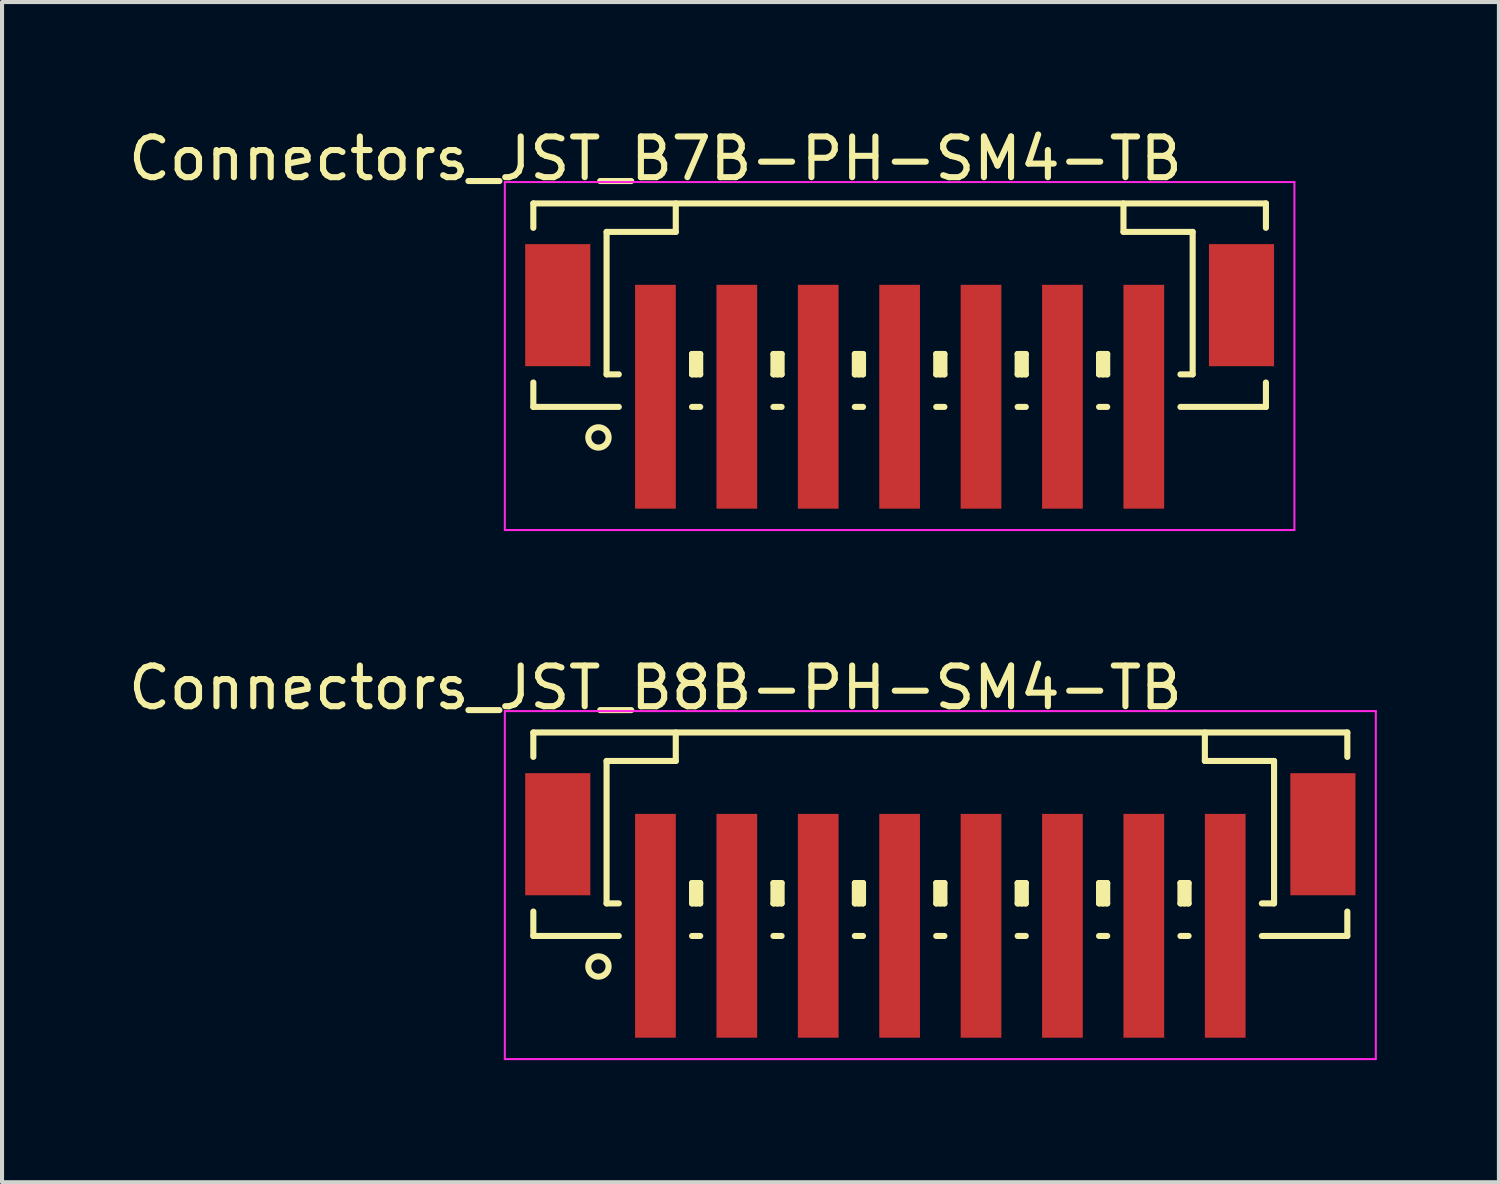
<source format=kicad_pcb>
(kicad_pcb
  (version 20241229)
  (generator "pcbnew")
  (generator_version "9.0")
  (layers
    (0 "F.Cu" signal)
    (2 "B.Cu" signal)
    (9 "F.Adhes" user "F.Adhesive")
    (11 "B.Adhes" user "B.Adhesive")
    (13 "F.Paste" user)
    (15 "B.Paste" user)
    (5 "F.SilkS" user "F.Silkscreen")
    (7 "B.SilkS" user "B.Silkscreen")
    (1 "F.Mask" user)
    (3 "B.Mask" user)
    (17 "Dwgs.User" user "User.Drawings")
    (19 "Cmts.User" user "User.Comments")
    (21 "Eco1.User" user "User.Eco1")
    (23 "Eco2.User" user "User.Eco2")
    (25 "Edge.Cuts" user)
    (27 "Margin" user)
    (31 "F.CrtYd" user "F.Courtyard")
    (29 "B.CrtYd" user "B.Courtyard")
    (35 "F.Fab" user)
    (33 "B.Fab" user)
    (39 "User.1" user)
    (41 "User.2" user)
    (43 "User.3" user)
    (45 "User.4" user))
  (footprint "Connectors_JST_B8B-PH-SM4-TB"
    (layer "F.Cu")
    (at 20.054 18.572)
    (property "Reference" "Connectors_JST_B8B-PH-SM4-TB" (at -7 -4.725 0) (layer "F.SilkS") (effects (font (size 1 1) (thickness 0.15))))
    (attr smd)
    (fp_line (start -10 -3.625) (end 10 -3.625) (stroke (width 0.15) (type solid)) (layer "F.SilkS"))
    (fp_line (start -10 -3.025) (end -10 -3.625) (stroke (width 0.15) (type solid)) (layer "F.SilkS"))
    (fp_line (start -10 0.775) (end -10 1.375) (stroke (width 0.15) (type solid)) (layer "F.SilkS"))
    (fp_line (start -10 1.375) (end -7.9 1.375) (stroke (width 0.15) (type solid)) (layer "F.SilkS"))
    (fp_line (start -8.2 -2.925) (end -8.2 0.575) (stroke (width 0.15) (type solid)) (layer "F.SilkS"))
    (fp_line (start -8.2 0.575) (end -7.9 0.575) (stroke (width 0.15) (type solid)) (layer "F.SilkS"))
    (fp_line (start -6.5 -3.625) (end -6.5 -2.925) (stroke (width 0.15) (type solid)) (layer "F.SilkS"))
    (fp_line (start -6.5 -2.925) (end -8.2 -2.925) (stroke (width 0.15) (type solid)) (layer "F.SilkS"))
    (fp_line (start -6.1 0.075) (end -5.9 0.075) (stroke (width 0.15) (type solid)) (layer "F.SilkS"))
    (fp_line (start -6.1 0.575) (end -6.1 0.075) (stroke (width 0.15) (type solid)) (layer "F.SilkS"))
    (fp_line (start -6.1 0.575) (end -5.9 0.575) (stroke (width 0.15) (type solid)) (layer "F.SilkS"))
    (fp_line (start -6.1 1.375) (end -5.9 1.375) (stroke (width 0.15) (type solid)) (layer "F.SilkS"))
    (fp_line (start -6 0.575) (end -6 0.075) (stroke (width 0.15) (type solid)) (layer "F.SilkS"))
    (fp_line (start -5.9 0.075) (end -5.9 0.575) (stroke (width 0.15) (type solid)) (layer "F.SilkS"))
    (fp_line (start -4.1 0.075) (end -3.9 0.075) (stroke (width 0.15) (type solid)) (layer "F.SilkS"))
    (fp_line (start -4.1 0.575) (end -4.1 0.075) (stroke (width 0.15) (type solid)) (layer "F.SilkS"))
    (fp_line (start -4.1 0.575) (end -3.9 0.575) (stroke (width 0.15) (type solid)) (layer "F.SilkS"))
    (fp_line (start -4.1 1.375) (end -3.9 1.375) (stroke (width 0.15) (type solid)) (layer "F.SilkS"))
    (fp_line (start -4 0.575) (end -4 0.075) (stroke (width 0.15) (type solid)) (layer "F.SilkS"))
    (fp_line (start -3.9 0.075) (end -3.9 0.575) (stroke (width 0.15) (type solid)) (layer "F.SilkS"))
    (fp_line (start -2.1 0.075) (end -1.9 0.075) (stroke (width 0.15) (type solid)) (layer "F.SilkS"))
    (fp_line (start -2.1 0.575) (end -2.1 0.075) (stroke (width 0.15) (type solid)) (layer "F.SilkS"))
    (fp_line (start -2.1 0.575) (end -1.9 0.575) (stroke (width 0.15) (type solid)) (layer "F.SilkS"))
    (fp_line (start -2.1 1.375) (end -1.9 1.375) (stroke (width 0.15) (type solid)) (layer "F.SilkS"))
    (fp_line (start -2 0.575) (end -2 0.075) (stroke (width 0.15) (type solid)) (layer "F.SilkS"))
    (fp_line (start -1.9 0.075) (end -1.9 0.575) (stroke (width 0.15) (type solid)) (layer "F.SilkS"))
    (fp_line (start -0.1 0.075) (end 0.1 0.075) (stroke (width 0.15) (type solid)) (layer "F.SilkS"))
    (fp_line (start -0.1 0.575) (end -0.1 0.075) (stroke (width 0.15) (type solid)) (layer "F.SilkS"))
    (fp_line (start -0.1 0.575) (end 0.1 0.575) (stroke (width 0.15) (type solid)) (layer "F.SilkS"))
    (fp_line (start -0.1 1.375) (end 0.1 1.375) (stroke (width 0.15) (type solid)) (layer "F.SilkS"))
    (fp_line (start 0 0.575) (end 0 0.075) (stroke (width 0.15) (type solid)) (layer "F.SilkS"))
    (fp_line (start 0.1 0.075) (end 0.1 0.575) (stroke (width 0.15) (type solid)) (layer "F.SilkS"))
    (fp_line (start 1.9 0.075) (end 2.1 0.075) (stroke (width 0.15) (type solid)) (layer "F.SilkS"))
    (fp_line (start 1.9 0.575) (end 1.9 0.075) (stroke (width 0.15) (type solid)) (layer "F.SilkS"))
    (fp_line (start 1.9 0.575) (end 2.1 0.575) (stroke (width 0.15) (type solid)) (layer "F.SilkS"))
    (fp_line (start 1.9 1.375) (end 2.1 1.375) (stroke (width 0.15) (type solid)) (layer "F.SilkS"))
    (fp_line (start 2 0.575) (end 2 0.075) (stroke (width 0.15) (type solid)) (layer "F.SilkS"))
    (fp_line (start 2.1 0.075) (end 2.1 0.575) (stroke (width 0.15) (type solid)) (layer "F.SilkS"))
    (fp_line (start 3.9 0.075) (end 4.1 0.075) (stroke (width 0.15) (type solid)) (layer "F.SilkS"))
    (fp_line (start 3.9 0.575) (end 3.9 0.075) (stroke (width 0.15) (type solid)) (layer "F.SilkS"))
    (fp_line (start 3.9 0.575) (end 4.1 0.575) (stroke (width 0.15) (type solid)) (layer "F.SilkS"))
    (fp_line (start 3.9 1.375) (end 4.1 1.375) (stroke (width 0.15) (type solid)) (layer "F.SilkS"))
    (fp_line (start 4 0.575) (end 4 0.075) (stroke (width 0.15) (type solid)) (layer "F.SilkS"))
    (fp_line (start 4.1 0.075) (end 4.1 0.575) (stroke (width 0.15) (type solid)) (layer "F.SilkS"))
    (fp_line (start 5.9 0.075) (end 6.1 0.075) (stroke (width 0.15) (type solid)) (layer "F.SilkS"))
    (fp_line (start 5.9 0.575) (end 5.9 0.075) (stroke (width 0.15) (type solid)) (layer "F.SilkS"))
    (fp_line (start 5.9 0.575) (end 6.1 0.575) (stroke (width 0.15) (type solid)) (layer "F.SilkS"))
    (fp_line (start 5.9 1.375) (end 6.1 1.375) (stroke (width 0.15) (type solid)) (layer "F.SilkS"))
    (fp_line (start 6 0.575) (end 6 0.075) (stroke (width 0.15) (type solid)) (layer "F.SilkS"))
    (fp_line (start 6.1 0.075) (end 6.1 0.575) (stroke (width 0.15) (type solid)) (layer "F.SilkS"))
    (fp_line (start 6.5 -3.625) (end 6.5 -2.925) (stroke (width 0.15) (type solid)) (layer "F.SilkS"))
    (fp_line (start 6.5 -2.925) (end 8.2 -2.925) (stroke (width 0.15) (type solid)) (layer "F.SilkS"))
    (fp_line (start 8.2 -2.925) (end 8.2 0.575) (stroke (width 0.15) (type solid)) (layer "F.SilkS"))
    (fp_line (start 8.2 0.575) (end 7.9 0.575) (stroke (width 0.15) (type solid)) (layer "F.SilkS"))
    (fp_line (start 10 -3.625) (end 10 -3.025) (stroke (width 0.15) (type solid)) (layer "F.SilkS"))
    (fp_line (start 10 0.775) (end 10 1.375) (stroke (width 0.15) (type solid)) (layer "F.SilkS"))
    (fp_line (start 10 1.375) (end 7.9 1.375) (stroke (width 0.15) (type solid)) (layer "F.SilkS"))
    (fp_circle (center -8.4 2.125) (end -8.15 2.125) (stroke (width 0.15) (type solid)) (fill no) (layer "F.SilkS"))
    (fp_line (start -10.7 -4.15) (end 10.7 -4.15) (stroke (width 0.05) (type solid)) (layer "F.CrtYd"))
    (fp_line (start -10.7 4.4) (end -10.7 -4.15) (stroke (width 0.05) (type solid)) (layer "F.CrtYd"))
    (fp_line (start 10.7 -4.15) (end 10.7 4.4) (stroke (width 0.05) (type solid)) (layer "F.CrtYd"))
    (fp_line (start 10.7 4.4) (end -10.7 4.4) (stroke (width 0.05) (type solid)) (layer "F.CrtYd"))
    (pad "" smd rect (at -9.4 -1.125) (size 1.6 3) (layers "F.Cu" "F.Mask" "F.Paste"))
    (pad "" smd rect (at 9.4 -1.125) (size 1.6 3) (layers "F.Cu" "F.Mask" "F.Paste"))
    (pad "1" smd rect (at -7 1.125) (size 1 5.5) (layers "F.Cu" "F.Mask" "F.Paste"))
    (pad "2" smd rect (at -5 1.125) (size 1 5.5) (layers "F.Cu" "F.Mask" "F.Paste"))
    (pad "3" smd rect (at -3 1.125) (size 1 5.5) (layers "F.Cu" "F.Mask" "F.Paste"))
    (pad "4" smd rect (at -1 1.125) (size 1 5.5) (layers "F.Cu" "F.Mask" "F.Paste"))
    (pad "5" smd rect (at 1 1.125) (size 1 5.5) (layers "F.Cu" "F.Mask" "F.Paste"))
    (pad "6" smd rect (at 3 1.125) (size 1 5.5) (layers "F.Cu" "F.Mask" "F.Paste"))
    (pad "7" smd rect (at 5 1.125) (size 1 5.5) (layers "F.Cu" "F.Mask" "F.Paste"))
    (pad "8" smd rect (at 7 1.125) (size 1 5.5) (layers "F.Cu" "F.Mask" "F.Paste")))
  (footprint "Connectors_JST_B7B-PH-SM4-TB"
    (layer "F.Cu")
    (at 19.054 5.573)
    (property "Reference" "Connectors_JST_B7B-PH-SM4-TB" (at -6 -4.725 0) (layer "F.SilkS") (effects (font (size 1 1) (thickness 0.15))))
    (attr smd)
    (fp_line (start -9 -3.625) (end 9 -3.625) (stroke (width 0.15) (type solid)) (layer "F.SilkS"))
    (fp_line (start -9 -3.025) (end -9 -3.625) (stroke (width 0.15) (type solid)) (layer "F.SilkS"))
    (fp_line (start -9 0.775) (end -9 1.375) (stroke (width 0.15) (type solid)) (layer "F.SilkS"))
    (fp_line (start -9 1.375) (end -6.9 1.375) (stroke (width 0.15) (type solid)) (layer "F.SilkS"))
    (fp_line (start -7.2 -2.925) (end -7.2 0.575) (stroke (width 0.15) (type solid)) (layer "F.SilkS"))
    (fp_line (start -7.2 0.575) (end -6.9 0.575) (stroke (width 0.15) (type solid)) (layer "F.SilkS"))
    (fp_line (start -5.5 -3.625) (end -5.5 -2.925) (stroke (width 0.15) (type solid)) (layer "F.SilkS"))
    (fp_line (start -5.5 -2.925) (end -7.2 -2.925) (stroke (width 0.15) (type solid)) (layer "F.SilkS"))
    (fp_line (start -5.1 0.075) (end -4.9 0.075) (stroke (width 0.15) (type solid)) (layer "F.SilkS"))
    (fp_line (start -5.1 0.575) (end -5.1 0.075) (stroke (width 0.15) (type solid)) (layer "F.SilkS"))
    (fp_line (start -5.1 0.575) (end -4.9 0.575) (stroke (width 0.15) (type solid)) (layer "F.SilkS"))
    (fp_line (start -5.1 1.375) (end -4.9 1.375) (stroke (width 0.15) (type solid)) (layer "F.SilkS"))
    (fp_line (start -5 0.575) (end -5 0.075) (stroke (width 0.15) (type solid)) (layer "F.SilkS"))
    (fp_line (start -4.9 0.075) (end -4.9 0.575) (stroke (width 0.15) (type solid)) (layer "F.SilkS"))
    (fp_line (start -3.1 0.075) (end -2.9 0.075) (stroke (width 0.15) (type solid)) (layer "F.SilkS"))
    (fp_line (start -3.1 0.575) (end -3.1 0.075) (stroke (width 0.15) (type solid)) (layer "F.SilkS"))
    (fp_line (start -3.1 0.575) (end -2.9 0.575) (stroke (width 0.15) (type solid)) (layer "F.SilkS"))
    (fp_line (start -3.1 1.375) (end -2.9 1.375) (stroke (width 0.15) (type solid)) (layer "F.SilkS"))
    (fp_line (start -3 0.575) (end -3 0.075) (stroke (width 0.15) (type solid)) (layer "F.SilkS"))
    (fp_line (start -2.9 0.075) (end -2.9 0.575) (stroke (width 0.15) (type solid)) (layer "F.SilkS"))
    (fp_line (start -1.1 0.075) (end -0.9 0.075) (stroke (width 0.15) (type solid)) (layer "F.SilkS"))
    (fp_line (start -1.1 0.575) (end -1.1 0.075) (stroke (width 0.15) (type solid)) (layer "F.SilkS"))
    (fp_line (start -1.1 0.575) (end -0.9 0.575) (stroke (width 0.15) (type solid)) (layer "F.SilkS"))
    (fp_line (start -1.1 1.375) (end -0.9 1.375) (stroke (width 0.15) (type solid)) (layer "F.SilkS"))
    (fp_line (start -1 0.575) (end -1 0.075) (stroke (width 0.15) (type solid)) (layer "F.SilkS"))
    (fp_line (start -0.9 0.075) (end -0.9 0.575) (stroke (width 0.15) (type solid)) (layer "F.SilkS"))
    (fp_line (start 0.9 0.075) (end 1.1 0.075) (stroke (width 0.15) (type solid)) (layer "F.SilkS"))
    (fp_line (start 0.9 0.575) (end 0.9 0.075) (stroke (width 0.15) (type solid)) (layer "F.SilkS"))
    (fp_line (start 0.9 0.575) (end 1.1 0.575) (stroke (width 0.15) (type solid)) (layer "F.SilkS"))
    (fp_line (start 0.9 1.375) (end 1.1 1.375) (stroke (width 0.15) (type solid)) (layer "F.SilkS"))
    (fp_line (start 1 0.575) (end 1 0.075) (stroke (width 0.15) (type solid)) (layer "F.SilkS"))
    (fp_line (start 1.1 0.075) (end 1.1 0.575) (stroke (width 0.15) (type solid)) (layer "F.SilkS"))
    (fp_line (start 2.9 0.075) (end 3.1 0.075) (stroke (width 0.15) (type solid)) (layer "F.SilkS"))
    (fp_line (start 2.9 0.575) (end 2.9 0.075) (stroke (width 0.15) (type solid)) (layer "F.SilkS"))
    (fp_line (start 2.9 0.575) (end 3.1 0.575) (stroke (width 0.15) (type solid)) (layer "F.SilkS"))
    (fp_line (start 2.9 1.375) (end 3.1 1.375) (stroke (width 0.15) (type solid)) (layer "F.SilkS"))
    (fp_line (start 3 0.575) (end 3 0.075) (stroke (width 0.15) (type solid)) (layer "F.SilkS"))
    (fp_line (start 3.1 0.075) (end 3.1 0.575) (stroke (width 0.15) (type solid)) (layer "F.SilkS"))
    (fp_line (start 4.9 0.075) (end 5.1 0.075) (stroke (width 0.15) (type solid)) (layer "F.SilkS"))
    (fp_line (start 4.9 0.575) (end 4.9 0.075) (stroke (width 0.15) (type solid)) (layer "F.SilkS"))
    (fp_line (start 4.9 0.575) (end 5.1 0.575) (stroke (width 0.15) (type solid)) (layer "F.SilkS"))
    (fp_line (start 4.9 1.375) (end 5.1 1.375) (stroke (width 0.15) (type solid)) (layer "F.SilkS"))
    (fp_line (start 5 0.575) (end 5 0.075) (stroke (width 0.15) (type solid)) (layer "F.SilkS"))
    (fp_line (start 5.1 0.075) (end 5.1 0.575) (stroke (width 0.15) (type solid)) (layer "F.SilkS"))
    (fp_line (start 5.5 -3.625) (end 5.5 -2.925) (stroke (width 0.15) (type solid)) (layer "F.SilkS"))
    (fp_line (start 5.5 -2.925) (end 7.2 -2.925) (stroke (width 0.15) (type solid)) (layer "F.SilkS"))
    (fp_line (start 7.2 -2.925) (end 7.2 0.575) (stroke (width 0.15) (type solid)) (layer "F.SilkS"))
    (fp_line (start 7.2 0.575) (end 6.9 0.575) (stroke (width 0.15) (type solid)) (layer "F.SilkS"))
    (fp_line (start 9 -3.625) (end 9 -3.025) (stroke (width 0.15) (type solid)) (layer "F.SilkS"))
    (fp_line (start 9 0.775) (end 9 1.375) (stroke (width 0.15) (type solid)) (layer "F.SilkS"))
    (fp_line (start 9 1.375) (end 6.9 1.375) (stroke (width 0.15) (type solid)) (layer "F.SilkS"))
    (fp_circle (center -7.4 2.125) (end -7.15 2.125) (stroke (width 0.15) (type solid)) (fill no) (layer "F.SilkS"))
    (fp_line (start -9.7 -4.15) (end 9.7 -4.15) (stroke (width 0.05) (type solid)) (layer "F.CrtYd"))
    (fp_line (start -9.7 4.4) (end -9.7 -4.15) (stroke (width 0.05) (type solid)) (layer "F.CrtYd"))
    (fp_line (start 9.7 -4.15) (end 9.7 4.4) (stroke (width 0.05) (type solid)) (layer "F.CrtYd"))
    (fp_line (start 9.7 4.4) (end -9.7 4.4) (stroke (width 0.05) (type solid)) (layer "F.CrtYd"))
    (pad "" smd rect (at -8.4 -1.125) (size 1.6 3) (layers "F.Cu" "F.Mask" "F.Paste"))
    (pad "" smd rect (at 8.4 -1.125) (size 1.6 3) (layers "F.Cu" "F.Mask" "F.Paste"))
    (pad "1" smd rect (at -6 1.125) (size 1 5.5) (layers "F.Cu" "F.Mask" "F.Paste"))
    (pad "2" smd rect (at -4 1.125) (size 1 5.5) (layers "F.Cu" "F.Mask" "F.Paste"))
    (pad "3" smd rect (at -2 1.125) (size 1 5.5) (layers "F.Cu" "F.Mask" "F.Paste"))
    (pad "4" smd rect (at 0 1.125) (size 1 5.5) (layers "F.Cu" "F.Mask" "F.Paste"))
    (pad "5" smd rect (at 2 1.125) (size 1 5.5) (layers "F.Cu" "F.Mask" "F.Paste"))
    (pad "6" smd rect (at 4 1.125) (size 1 5.5) (layers "F.Cu" "F.Mask" "F.Paste"))
    (pad "7" smd rect (at 6 1.125) (size 1 5.5) (layers "F.Cu" "F.Mask" "F.Paste")))
  (gr_rect
    (start -3 -3)
    (end 33.779 25.997)
    (stroke (width 0.1) (type default))
    (fill no)
    (layer "Edge.Cuts")))
</source>
